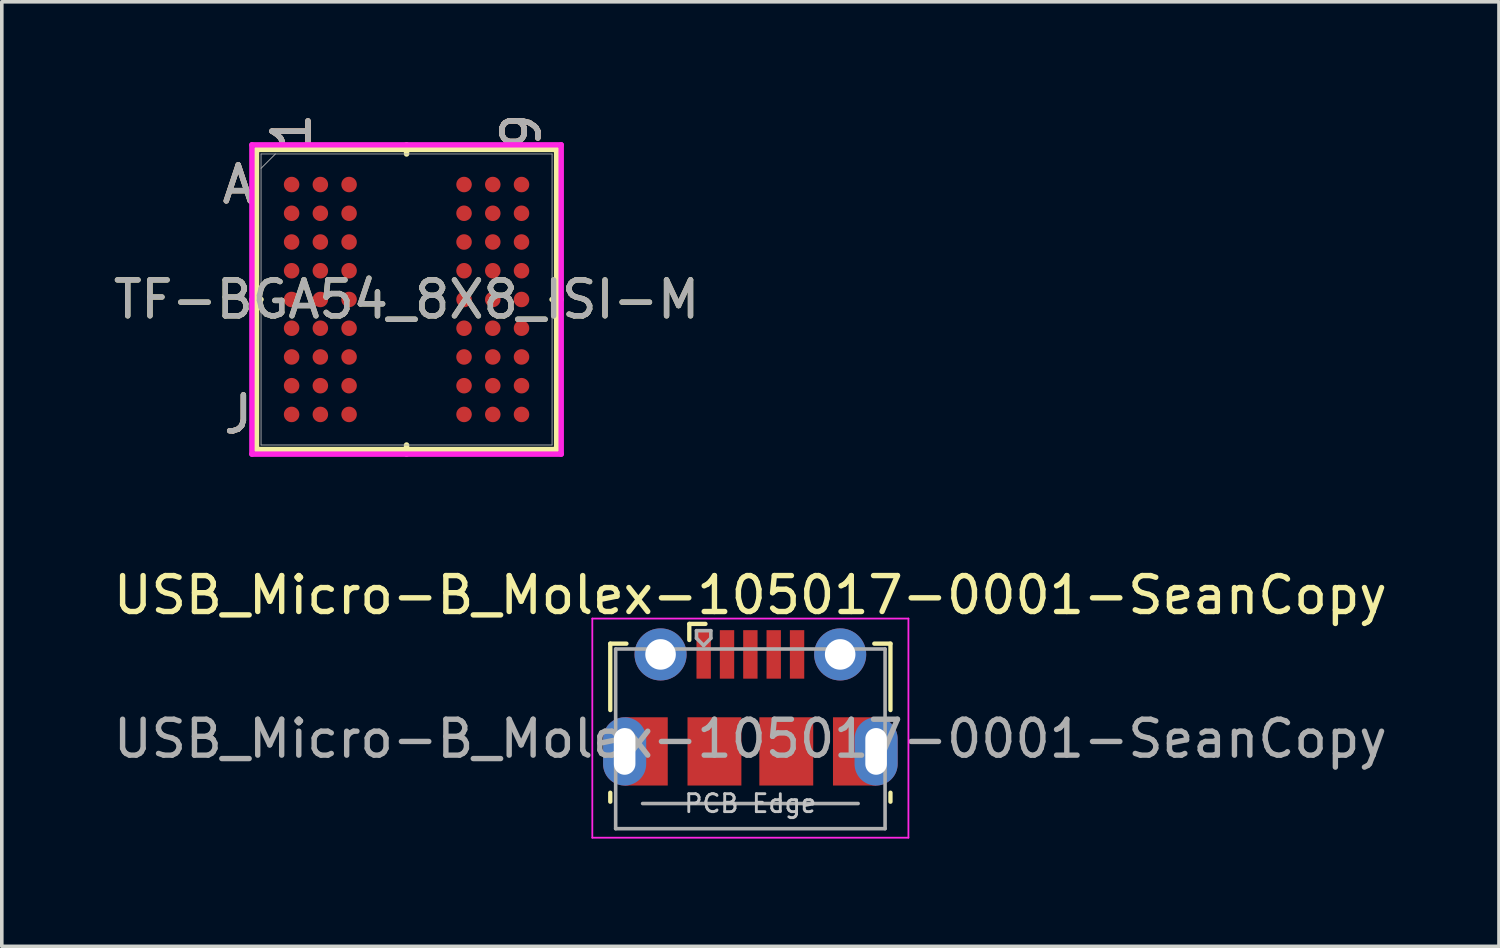
<source format=kicad_pcb>
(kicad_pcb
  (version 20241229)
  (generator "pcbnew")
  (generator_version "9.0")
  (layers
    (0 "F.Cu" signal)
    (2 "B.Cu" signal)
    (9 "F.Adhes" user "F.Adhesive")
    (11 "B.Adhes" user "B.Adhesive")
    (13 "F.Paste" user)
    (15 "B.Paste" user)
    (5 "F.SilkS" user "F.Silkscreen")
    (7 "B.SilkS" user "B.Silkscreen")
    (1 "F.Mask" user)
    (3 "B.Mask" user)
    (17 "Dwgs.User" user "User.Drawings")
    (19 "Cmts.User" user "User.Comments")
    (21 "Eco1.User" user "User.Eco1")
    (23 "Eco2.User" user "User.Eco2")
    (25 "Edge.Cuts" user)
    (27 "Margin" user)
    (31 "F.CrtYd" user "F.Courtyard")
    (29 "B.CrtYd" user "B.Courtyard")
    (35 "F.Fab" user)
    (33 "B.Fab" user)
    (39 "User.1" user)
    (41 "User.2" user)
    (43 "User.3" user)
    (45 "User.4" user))
  (footprint "USB_Micro-B_Molex-105017-0001-SeanCopy"
    (layer "F.Cu")
    (at 17.839 16.63)
    (property "Reference" "USB_Micro-B_Molex-105017-0001-SeanCopy" (at 0 -3.112 0) (layer "F.SilkS") (effects (font (size 1 1) (thickness 0.15))))
    (attr smd)
    (fp_line (start -3.9 -1.762) (end -3.45 -1.762) (stroke (width 0.12) (type solid)) (layer "F.SilkS"))
    (fp_line (start -3.9 0.087) (end -3.9 -1.762) (stroke (width 0.12) (type solid)) (layer "F.SilkS"))
    (fp_line (start -3.9 2.638) (end -3.9 2.388) (stroke (width 0.12) (type solid)) (layer "F.SilkS"))
    (fp_line (start -1.7 -2.312) (end -1.7 -1.863) (stroke (width 0.12) (type solid)) (layer "F.SilkS"))
    (fp_line (start -1.7 -2.312) (end -1.25 -2.312) (stroke (width 0.12) (type solid)) (layer "F.SilkS"))
    (fp_line (start 3.9 -1.762) (end 3.45 -1.762) (stroke (width 0.12) (type solid)) (layer "F.SilkS"))
    (fp_line (start 3.9 0.087) (end 3.9 -1.762) (stroke (width 0.12) (type solid)) (layer "F.SilkS"))
    (fp_line (start 3.9 2.638) (end 3.9 2.388) (stroke (width 0.12) (type solid)) (layer "F.SilkS"))
    (fp_line (start -4.4 -2.46) (end 4.4 -2.46) (stroke (width 0.05) (type solid)) (layer "F.CrtYd"))
    (fp_line (start -4.4 3.64) (end -4.4 -2.46) (stroke (width 0.05) (type solid)) (layer "F.CrtYd"))
    (fp_line (start -4.4 3.64) (end 4.4 3.64) (stroke (width 0.05) (type solid)) (layer "F.CrtYd"))
    (fp_line (start 4.4 -2.46) (end 4.4 3.64) (stroke (width 0.05) (type solid)) (layer "F.CrtYd"))
    (fp_line (start -3.75 -1.613) (end 3.75 -1.613) (stroke (width 0.1) (type solid)) (layer "F.Fab"))
    (fp_line (start -3.75 3.388) (end -3.75 -1.613) (stroke (width 0.1) (type solid)) (layer "F.Fab"))
    (fp_line (start -3.75 3.389) (end 3.75 3.389) (stroke (width 0.1) (type solid)) (layer "F.Fab"))
    (fp_line (start -3 2.689) (end 3 2.689) (stroke (width 0.1) (type solid)) (layer "F.Fab"))
    (fp_line (start -1.5 -2.123) (end -1.5 -1.913) (stroke (width 0.1) (type solid)) (layer "F.Fab"))
    (fp_line (start -1.5 -2.123) (end -1.1 -2.123) (stroke (width 0.1) (type solid)) (layer "F.Fab"))
    (fp_line (start -1.3 -1.712) (end -1.5 -1.913) (stroke (width 0.1) (type solid)) (layer "F.Fab"))
    (fp_line (start -1.1 -2.123) (end -1.1 -1.913) (stroke (width 0.1) (type solid)) (layer "F.Fab"))
    (fp_line (start -1.1 -1.913) (end -1.3 -1.712) (stroke (width 0.1) (type solid)) (layer "F.Fab"))
    (fp_line (start 3.75 3.388) (end 3.75 -1.613) (stroke (width 0.1) (type solid)) (layer "F.Fab"))
    (fp_text user "PCB Edge" (at 0 2.688 0) (layer "Dwgs.User") (effects (font (size 0.5 0.5) (thickness 0.08))))
    (fp_text user "${REFERENCE}" (at 0 0.887 0) (layer "F.Fab") (effects (font (size 1 1) (thickness 0.15))))
    (pad "1" smd rect (at -1.3 -1.462) (size 0.4 1.35) (layers "F.Cu" "F.Mask" "F.Paste"))
    (pad "2" smd rect (at -0.65 -1.462) (size 0.4 1.35) (layers "F.Cu" "F.Mask" "F.Paste"))
    (pad "3" smd rect (at 0 -1.462) (size 0.4 1.35) (layers "F.Cu" "F.Mask" "F.Paste"))
    (pad "4" smd rect (at 0.65 -1.462) (size 0.4 1.35) (layers "F.Cu" "F.Mask" "F.Paste"))
    (pad "5" smd rect (at 1.3 -1.462) (size 0.4 1.35) (layers "F.Cu" "F.Mask" "F.Paste"))
    (pad "6" thru_hole oval (at -3.5 1.238 180) (size 1.2 1.9) (drill oval 0.6 1.3) (layers "*.Cu" "*.Mask"))
    (pad "6" smd rect (at -2.9 1.238) (size 1.2 1.9) (layers "F.Cu" "F.Mask"))
    (pad "6" thru_hole circle (at -2.5 -1.462) (size 1.45 1.45) (drill 0.85) (layers "*.Cu" "*.Mask"))
    (pad "6" smd rect (at -1 1.238) (size 1.5 1.9) (layers "F.Cu" "F.Mask" "F.Paste"))
    (pad "6" smd rect (at 1 1.238) (size 1.5 1.9) (layers "F.Cu" "F.Mask" "F.Paste"))
    (pad "6" thru_hole circle (at 2.5 -1.462) (size 1.45 1.45) (drill 0.85) (layers "*.Cu" "*.Mask"))
    (pad "6" smd rect (at 2.9 1.238) (size 1.2 1.9) (layers "F.Cu" "F.Mask"))
    (pad "6" thru_hole oval (at 3.5 1.238) (size 1.2 1.9) (drill oval 0.6 1.3) (layers "*.Cu" "*.Mask")))
  (footprint "TF-BGA54_8X8_ISI-M"
    (layer "F.Cu")
    (at 8.268 5.287)
    (property "Reference" "TF-BGA54_8X8_ISI-M" (at 0 0 0) (unlocked yes) (layer "F.SilkS") (effects (font (size 1 1) (thickness 0.15))))
    (attr smd)
    (fp_line (start -4.178 -4.178) (end -4.178 4.178) (stroke (width 0.152) (type solid)) (layer "F.SilkS"))
    (fp_line (start -4.178 4.178) (end 4.178 4.178) (stroke (width 0.152) (type solid)) (layer "F.SilkS"))
    (fp_line (start -4.051 0) (end -4.305 0) (stroke (width 0.152) (type solid)) (layer "F.SilkS"))
    (fp_line (start 0 -4.051) (end 0 -4.305) (stroke (width 0.152) (type solid)) (layer "F.SilkS"))
    (fp_line (start 0 4.051) (end 0 4.305) (stroke (width 0.152) (type solid)) (layer "F.SilkS"))
    (fp_line (start 4.051 0) (end 4.305 0) (stroke (width 0.152) (type solid)) (layer "F.SilkS"))
    (fp_line (start 4.178 -4.178) (end -4.178 -4.178) (stroke (width 0.152) (type solid)) (layer "F.SilkS"))
    (fp_line (start 4.178 4.178) (end 4.178 -4.178) (stroke (width 0.152) (type solid)) (layer "F.SilkS"))
    (fp_poly (pts (xy -4.045 -4.045) (xy 4.045 -4.045) (xy 4.045 4.045) (xy -4.045 4.045)) (stroke (width 0.1) (type solid)) (fill no) (layer "Eco2.User"))
    (fp_line (start -4.305 -4.305) (end 4.305 -4.305) (stroke (width 0.152) (type solid)) (layer "F.CrtYd"))
    (fp_line (start -4.305 4.305) (end -4.305 -4.305) (stroke (width 0.152) (type solid)) (layer "F.CrtYd"))
    (fp_line (start 4.305 -4.305) (end 4.305 4.305) (stroke (width 0.152) (type solid)) (layer "F.CrtYd"))
    (fp_line (start 4.305 4.305) (end -4.305 4.305) (stroke (width 0.152) (type solid)) (layer "F.CrtYd"))
    (fp_line (start -4.051 -4.051) (end -4.051 4.051) (stroke (width 0.025) (type solid)) (layer "F.Fab"))
    (fp_line (start -4.051 4.051) (end 4.051 4.051) (stroke (width 0.025) (type solid)) (layer "F.Fab"))
    (fp_line (start -3.651 -4.051) (end -4.051 -3.651) (stroke (width 0.025) (type solid)) (layer "F.Fab"))
    (fp_line (start 4.051 -4.051) (end -4.051 -4.051) (stroke (width 0.025) (type solid)) (layer "F.Fab"))
    (fp_line (start 4.051 4.051) (end 4.051 -4.051) (stroke (width 0.025) (type solid)) (layer "F.Fab"))
    (fp_text user "J" (at -4.686 3.2 0) (unlocked yes) (layer "F.SilkS") (effects (font (size 1 1) (thickness 0.15))))
    (fp_text user "A" (at -4.686 -3.2 0) (unlocked yes) (layer "F.SilkS") (effects (font (size 1 1) (thickness 0.15))))
    (fp_text user "9" (at 3.2 -4.686 90) (unlocked yes) (layer "F.SilkS") (effects (font (size 1 1) (thickness 0.15))))
    (fp_text user "1" (at -3.2 -4.686 90) (unlocked yes) (layer "F.SilkS") (effects (font (size 1 1) (thickness 0.15))))
    (fp_text user "A" (at -4.686 -3.2 0) (unlocked yes) (layer "B.SilkS") (effects (font (size 1 1) (thickness 0.15))))
    (fp_text user "J" (at -4.686 3.2 0) (unlocked yes) (layer "B.SilkS") (effects (font (size 1 1) (thickness 0.15))))
    (fp_text user "9" (at 3.2 -4.686 90) (unlocked yes) (layer "B.SilkS") (effects (font (size 1 1) (thickness 0.15))))
    (fp_text user "1" (at -3.2 -4.686 90) (unlocked yes) (layer "B.SilkS") (effects (font (size 1 1) (thickness 0.15))))
    (fp_text user "J" (at -4.686 3.2 0) (unlocked yes) (layer "F.Fab") (effects (font (size 1 1) (thickness 0.15))))
    (fp_text user "A" (at -4.686 -3.2 0) (unlocked yes) (layer "F.Fab") (effects (font (size 1 1) (thickness 0.15))))
    (fp_text user "9" (at 3.2 -4.686 90) (unlocked yes) (layer "F.Fab") (effects (font (size 1 1) (thickness 0.15))))
    (fp_text user "1" (at -3.2 -4.686 90) (unlocked yes) (layer "F.Fab") (effects (font (size 1 1) (thickness 0.15))))
    (fp_text user "${REFERENCE}" (at 0 0 0) (unlocked yes) (layer "F.Fab") (effects (font (size 1 1) (thickness 0.15))))
    (pad "A1" smd circle (at -3.2 -3.2) (size 0.432 0.432) (layers "F.Cu" "F.Mask" "F.Paste"))
    (pad "A2" smd circle (at -2.4 -3.2) (size 0.432 0.432) (layers "F.Cu" "F.Mask" "F.Paste"))
    (pad "A3" smd circle (at -1.6 -3.2) (size 0.432 0.432) (layers "F.Cu" "F.Mask" "F.Paste"))
    (pad "A7" smd circle (at 1.6 -3.2) (size 0.432 0.432) (layers "F.Cu" "F.Mask" "F.Paste"))
    (pad "A8" smd circle (at 2.4 -3.2) (size 0.432 0.432) (layers "F.Cu" "F.Mask" "F.Paste"))
    (pad "A9" smd circle (at 3.2 -3.2) (size 0.432 0.432) (layers "F.Cu" "F.Mask" "F.Paste"))
    (pad "B1" smd circle (at -3.2 -2.4) (size 0.432 0.432) (layers "F.Cu" "F.Mask" "F.Paste"))
    (pad "B2" smd circle (at -2.4 -2.4) (size 0.432 0.432) (layers "F.Cu" "F.Mask" "F.Paste"))
    (pad "B3" smd circle (at -1.6 -2.4) (size 0.432 0.432) (layers "F.Cu" "F.Mask" "F.Paste"))
    (pad "B7" smd circle (at 1.6 -2.4) (size 0.432 0.432) (layers "F.Cu" "F.Mask" "F.Paste"))
    (pad "B8" smd circle (at 2.4 -2.4) (size 0.432 0.432) (layers "F.Cu" "F.Mask" "F.Paste"))
    (pad "B9" smd circle (at 3.2 -2.4) (size 0.432 0.432) (layers "F.Cu" "F.Mask" "F.Paste"))
    (pad "C1" smd circle (at -3.2 -1.6) (size 0.432 0.432) (layers "F.Cu" "F.Mask" "F.Paste"))
    (pad "C2" smd circle (at -2.4 -1.6) (size 0.432 0.432) (layers "F.Cu" "F.Mask" "F.Paste"))
    (pad "C3" smd circle (at -1.6 -1.6) (size 0.432 0.432) (layers "F.Cu" "F.Mask" "F.Paste"))
    (pad "C7" smd circle (at 1.6 -1.6) (size 0.432 0.432) (layers "F.Cu" "F.Mask" "F.Paste"))
    (pad "C8" smd circle (at 2.4 -1.6) (size 0.432 0.432) (layers "F.Cu" "F.Mask" "F.Paste"))
    (pad "C9" smd circle (at 3.2 -1.6) (size 0.432 0.432) (layers "F.Cu" "F.Mask" "F.Paste"))
    (pad "D1" smd circle (at -3.2 -0.8) (size 0.432 0.432) (layers "F.Cu" "F.Mask" "F.Paste"))
    (pad "D2" smd circle (at -2.4 -0.8) (size 0.432 0.432) (layers "F.Cu" "F.Mask" "F.Paste"))
    (pad "D3" smd circle (at -1.6 -0.8) (size 0.432 0.432) (layers "F.Cu" "F.Mask" "F.Paste"))
    (pad "D7" smd circle (at 1.6 -0.8) (size 0.432 0.432) (layers "F.Cu" "F.Mask" "F.Paste"))
    (pad "D8" smd circle (at 2.4 -0.8) (size 0.432 0.432) (layers "F.Cu" "F.Mask" "F.Paste"))
    (pad "D9" smd circle (at 3.2 -0.8) (size 0.432 0.432) (layers "F.Cu" "F.Mask" "F.Paste"))
    (pad "E1" smd circle (at -3.2 0) (size 0.432 0.432) (layers "F.Cu" "F.Mask" "F.Paste"))
    (pad "E2" smd circle (at -2.4 0) (size 0.432 0.432) (layers "F.Cu" "F.Mask" "F.Paste"))
    (pad "E3" smd circle (at -1.6 0) (size 0.432 0.432) (layers "F.Cu" "F.Mask" "F.Paste"))
    (pad "E7" smd circle (at 1.6 0) (size 0.432 0.432) (layers "F.Cu" "F.Mask" "F.Paste"))
    (pad "E8" smd circle (at 2.4 0) (size 0.432 0.432) (layers "F.Cu" "F.Mask" "F.Paste"))
    (pad "E9" smd circle (at 3.2 0) (size 0.432 0.432) (layers "F.Cu" "F.Mask" "F.Paste"))
    (pad "F1" smd circle (at -3.2 0.8) (size 0.432 0.432) (layers "F.Cu" "F.Mask" "F.Paste"))
    (pad "F2" smd circle (at -2.4 0.8) (size 0.432 0.432) (layers "F.Cu" "F.Mask" "F.Paste"))
    (pad "F3" smd circle (at -1.6 0.8) (size 0.432 0.432) (layers "F.Cu" "F.Mask" "F.Paste"))
    (pad "F7" smd circle (at 1.6 0.8) (size 0.432 0.432) (layers "F.Cu" "F.Mask" "F.Paste"))
    (pad "F8" smd circle (at 2.4 0.8) (size 0.432 0.432) (layers "F.Cu" "F.Mask" "F.Paste"))
    (pad "F9" smd circle (at 3.2 0.8) (size 0.432 0.432) (layers "F.Cu" "F.Mask" "F.Paste"))
    (pad "G1" smd circle (at -3.2 1.6) (size 0.432 0.432) (layers "F.Cu" "F.Mask" "F.Paste"))
    (pad "G2" smd circle (at -2.4 1.6) (size 0.432 0.432) (layers "F.Cu" "F.Mask" "F.Paste"))
    (pad "G3" smd circle (at -1.6 1.6) (size 0.432 0.432) (layers "F.Cu" "F.Mask" "F.Paste"))
    (pad "G7" smd circle (at 1.6 1.6) (size 0.432 0.432) (layers "F.Cu" "F.Mask" "F.Paste"))
    (pad "G8" smd circle (at 2.4 1.6) (size 0.432 0.432) (layers "F.Cu" "F.Mask" "F.Paste"))
    (pad "G9" smd circle (at 3.2 1.6) (size 0.432 0.432) (layers "F.Cu" "F.Mask" "F.Paste"))
    (pad "H1" smd circle (at -3.2 2.4) (size 0.432 0.432) (layers "F.Cu" "F.Mask" "F.Paste"))
    (pad "H2" smd circle (at -2.4 2.4) (size 0.432 0.432) (layers "F.Cu" "F.Mask" "F.Paste"))
    (pad "H3" smd circle (at -1.6 2.4) (size 0.432 0.432) (layers "F.Cu" "F.Mask" "F.Paste"))
    (pad "H7" smd circle (at 1.6 2.4) (size 0.432 0.432) (layers "F.Cu" "F.Mask" "F.Paste"))
    (pad "H8" smd circle (at 2.4 2.4) (size 0.432 0.432) (layers "F.Cu" "F.Mask" "F.Paste"))
    (pad "H9" smd circle (at 3.2 2.4) (size 0.432 0.432) (layers "F.Cu" "F.Mask" "F.Paste"))
    (pad "J1" smd circle (at -3.2 3.2) (size 0.432 0.432) (layers "F.Cu" "F.Mask" "F.Paste"))
    (pad "J2" smd circle (at -2.4 3.2) (size 0.432 0.432) (layers "F.Cu" "F.Mask" "F.Paste"))
    (pad "J3" smd circle (at -1.6 3.2) (size 0.432 0.432) (layers "F.Cu" "F.Mask" "F.Paste"))
    (pad "J7" smd circle (at 1.6 3.2) (size 0.432 0.432) (layers "F.Cu" "F.Mask" "F.Paste"))
    (pad "J8" smd circle (at 2.4 3.2) (size 0.432 0.432) (layers "F.Cu" "F.Mask" "F.Paste"))
    (pad "J9" smd circle (at 3.2 3.2) (size 0.432 0.432) (layers "F.Cu" "F.Mask" "F.Paste")))
  (gr_rect
    (start -3 -3)
    (end 38.679 23.295)
    (stroke (width 0.1) (type default))
    (fill no)
    (layer "Edge.Cuts")))
</source>
